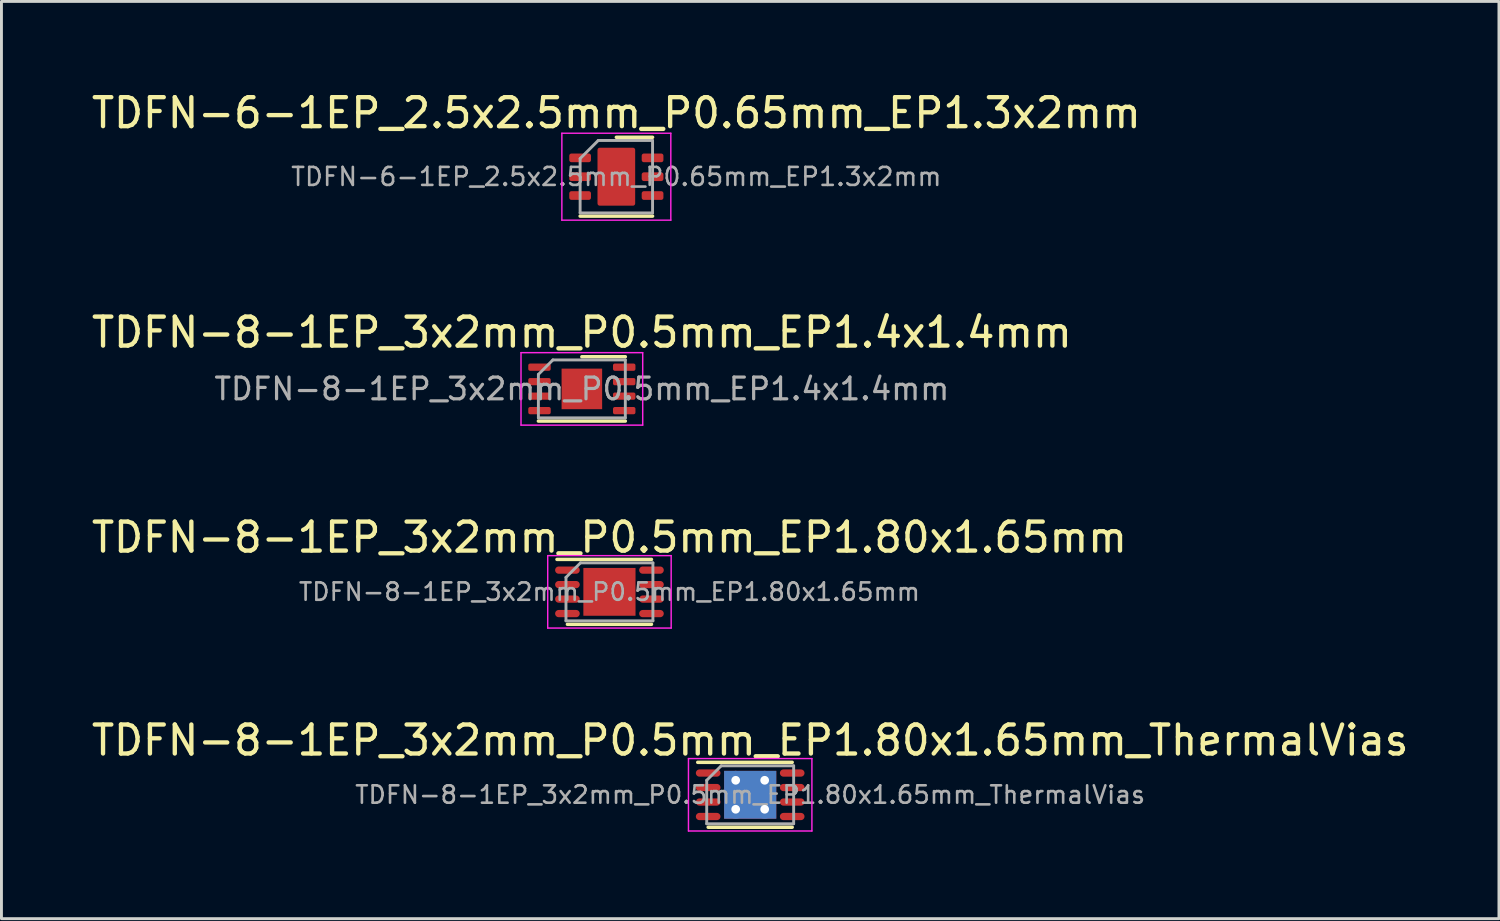
<source format=kicad_pcb>
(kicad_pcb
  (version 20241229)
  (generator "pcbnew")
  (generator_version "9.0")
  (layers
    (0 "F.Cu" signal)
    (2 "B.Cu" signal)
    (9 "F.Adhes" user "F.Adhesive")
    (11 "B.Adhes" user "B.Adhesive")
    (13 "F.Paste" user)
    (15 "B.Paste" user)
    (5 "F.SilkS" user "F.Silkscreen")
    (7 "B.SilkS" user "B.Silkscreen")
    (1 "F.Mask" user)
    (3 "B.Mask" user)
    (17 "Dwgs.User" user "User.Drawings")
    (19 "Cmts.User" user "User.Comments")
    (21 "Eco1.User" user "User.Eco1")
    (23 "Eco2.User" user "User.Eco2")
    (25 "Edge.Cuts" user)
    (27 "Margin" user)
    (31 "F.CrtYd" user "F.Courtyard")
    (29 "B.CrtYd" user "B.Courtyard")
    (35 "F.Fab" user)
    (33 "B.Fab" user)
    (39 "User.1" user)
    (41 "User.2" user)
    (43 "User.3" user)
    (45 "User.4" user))
  (footprint "TDFN-8-1EP_3x2mm_P0.5mm_EP1.80x1.65mm_ThermalVias"
    (layer "F.Cu")
    (at 22.839 24.378)
    (property "Reference" "TDFN-8-1EP_3x2mm_P0.5mm_EP1.80x1.65mm_ThermalVias" (at 0 -1.88 0) (layer "F.SilkS") (effects (font (size 1 1) (thickness 0.15))))
    (attr smd)
    (fp_line (start -1.81 -1.12) (end 1.45 -1.12) (stroke (width 0.12) (type solid)) (layer "F.SilkS"))
    (fp_line (start -1.45 1.12) (end 1.45 1.12) (stroke (width 0.12) (type solid)) (layer "F.SilkS"))
    (fp_line (start -2.13 -1.25) (end -2.13 1.25) (stroke (width 0.05) (type solid)) (layer "F.CrtYd"))
    (fp_line (start -2.13 1.25) (end 2.13 1.25) (stroke (width 0.05) (type solid)) (layer "F.CrtYd"))
    (fp_line (start 2.13 -1.25) (end -2.13 -1.25) (stroke (width 0.05) (type solid)) (layer "F.CrtYd"))
    (fp_line (start 2.13 1.25) (end 2.13 -1.25) (stroke (width 0.05) (type solid)) (layer "F.CrtYd"))
    (fp_line (start -1.5 -0.5) (end -1.5 1) (stroke (width 0.1) (type solid)) (layer "F.Fab"))
    (fp_line (start -1.5 1) (end 1.5 1) (stroke (width 0.1) (type solid)) (layer "F.Fab"))
    (fp_line (start -1 -1) (end -1.5 -0.5) (stroke (width 0.1) (type solid)) (layer "F.Fab"))
    (fp_line (start 1.5 -1) (end -1 -1) (stroke (width 0.1) (type solid)) (layer "F.Fab"))
    (fp_line (start 1.5 1) (end 1.5 -1) (stroke (width 0.1) (type solid)) (layer "F.Fab"))
    (fp_text user "${REFERENCE}" (at 0 0 0) (layer "F.Fab") (effects (font (size 0.6 0.6) (thickness 0.09))))
    (pad "" smd rect (at 0 -0.5) (size 0.7 0.65) (layers "F.Paste"))
    (pad "" smd rect (at 0 0) (size 1.8 0.7) (layers "F.Paste"))
    (pad "" smd rect (at 0 0.5) (size 0.7 0.65) (layers "F.Paste"))
    (pad "1" smd oval (at -1.45 -0.75) (size 0.85 0.25) (layers "F.Cu" "F.Mask" "F.Paste"))
    (pad "2" smd oval (at -1.45 -0.25) (size 0.85 0.25) (layers "F.Cu" "F.Mask" "F.Paste"))
    (pad "3" smd oval (at -1.45 0.25) (size 0.85 0.25) (layers "F.Cu" "F.Mask" "F.Paste"))
    (pad "4" smd oval (at -1.45 0.75) (size 0.85 0.25) (layers "F.Cu" "F.Mask" "F.Paste"))
    (pad "5" smd oval (at 1.45 0.75) (size 0.85 0.25) (layers "F.Cu" "F.Mask" "F.Paste"))
    (pad "6" smd oval (at 1.45 0.25) (size 0.85 0.25) (layers "F.Cu" "F.Mask" "F.Paste"))
    (pad "7" smd oval (at 1.45 -0.25) (size 0.85 0.25) (layers "F.Cu" "F.Mask" "F.Paste"))
    (pad "8" smd oval (at 1.45 -0.75) (size 0.85 0.25) (layers "F.Cu" "F.Mask" "F.Paste"))
    (pad "9" thru_hole circle (at -0.5 -0.5) (size 0.65 0.65) (drill 0.3) (layers "*.Cu"))
    (pad "9" thru_hole circle (at -0.5 0.5) (size 0.65 0.65) (drill 0.3) (layers "*.Cu"))
    (pad "9" smd rect (at 0 0) (size 1.8 1.65) (layers "F.Cu" "F.Mask"))
    (pad "9" smd rect (at 0 0) (size 1.8 1.65) (layers "B.Cu"))
    (pad "9" thru_hole circle (at 0.5 -0.5) (size 0.65 0.65) (drill 0.3) (layers "*.Cu"))
    (pad "9" thru_hole circle (at 0.5 0.5) (size 0.65 0.65) (drill 0.3) (layers "*.Cu")))
  (footprint "TDFN-8-1EP_3x2mm_P0.5mm_EP1.80x1.65mm"
    (layer "F.Cu")
    (at 17.982 17.375)
    (property "Reference" "TDFN-8-1EP_3x2mm_P0.5mm_EP1.80x1.65mm" (at 0 -1.88 0) (layer "F.SilkS") (effects (font (size 1 1) (thickness 0.15))))
    (attr smd)
    (fp_line (start -1.81 -1.12) (end 1.45 -1.12) (stroke (width 0.12) (type solid)) (layer "F.SilkS"))
    (fp_line (start -1.45 1.12) (end 1.45 1.12) (stroke (width 0.12) (type solid)) (layer "F.SilkS"))
    (fp_line (start -2.13 -1.25) (end -2.13 1.25) (stroke (width 0.05) (type solid)) (layer "F.CrtYd"))
    (fp_line (start -2.13 1.25) (end 2.13 1.25) (stroke (width 0.05) (type solid)) (layer "F.CrtYd"))
    (fp_line (start 2.13 -1.25) (end -2.13 -1.25) (stroke (width 0.05) (type solid)) (layer "F.CrtYd"))
    (fp_line (start 2.13 1.25) (end 2.13 -1.25) (stroke (width 0.05) (type solid)) (layer "F.CrtYd"))
    (fp_line (start -1.5 -0.5) (end -1.5 1) (stroke (width 0.1) (type solid)) (layer "F.Fab"))
    (fp_line (start -1.5 1) (end 1.5 1) (stroke (width 0.1) (type solid)) (layer "F.Fab"))
    (fp_line (start -1 -1) (end -1.5 -0.5) (stroke (width 0.1) (type solid)) (layer "F.Fab"))
    (fp_line (start 1.5 -1) (end -1 -1) (stroke (width 0.1) (type solid)) (layer "F.Fab"))
    (fp_line (start 1.5 1) (end 1.5 -1) (stroke (width 0.1) (type solid)) (layer "F.Fab"))
    (fp_text user "${REFERENCE}" (at 0 0 0) (layer "F.Fab") (effects (font (size 0.6 0.6) (thickness 0.09))))
    (pad "" smd rect (at 0 -0.5) (size 0.7 0.65) (layers "F.Paste"))
    (pad "" smd rect (at 0 0) (size 1.8 0.7) (layers "F.Paste"))
    (pad "" smd rect (at 0 0.5) (size 0.7 0.65) (layers "F.Paste"))
    (pad "1" smd oval (at -1.45 -0.75) (size 0.85 0.25) (layers "F.Cu" "F.Mask" "F.Paste"))
    (pad "2" smd oval (at -1.45 -0.25) (size 0.85 0.25) (layers "F.Cu" "F.Mask" "F.Paste"))
    (pad "3" smd oval (at -1.45 0.25) (size 0.85 0.25) (layers "F.Cu" "F.Mask" "F.Paste"))
    (pad "4" smd oval (at -1.45 0.75) (size 0.85 0.25) (layers "F.Cu" "F.Mask" "F.Paste"))
    (pad "5" smd oval (at 1.45 0.75) (size 0.85 0.25) (layers "F.Cu" "F.Mask" "F.Paste"))
    (pad "6" smd oval (at 1.45 0.25) (size 0.85 0.25) (layers "F.Cu" "F.Mask" "F.Paste"))
    (pad "7" smd oval (at 1.45 -0.25) (size 0.85 0.25) (layers "F.Cu" "F.Mask" "F.Paste"))
    (pad "8" smd oval (at 1.45 -0.75) (size 0.85 0.25) (layers "F.Cu" "F.Mask" "F.Paste"))
    (pad "9" smd rect (at 0 0) (size 1.8 1.65) (layers "F.Cu" "F.Mask")))
  (footprint "TDFN-6-1EP_2.5x2.5mm_P0.65mm_EP1.3x2mm"
    (layer "F.Cu")
    (at 18.22 3.048)
    (property "Reference" "TDFN-6-1EP_2.5x2.5mm_P0.65mm_EP1.3x2mm" (at 0 -2.2 0) (layer "F.SilkS") (effects (font (size 1 1) (thickness 0.15))))
    (attr smd)
    (fp_line (start -1.25 1.36) (end 1.25 1.36) (stroke (width 0.12) (type solid)) (layer "F.SilkS"))
    (fp_line (start 0 -1.36) (end 1.25 -1.36) (stroke (width 0.12) (type solid)) (layer "F.SilkS"))
    (fp_line (start -1.88 -1.5) (end -1.88 1.5) (stroke (width 0.05) (type solid)) (layer "F.CrtYd"))
    (fp_line (start -1.88 1.5) (end 1.88 1.5) (stroke (width 0.05) (type solid)) (layer "F.CrtYd"))
    (fp_line (start 1.88 -1.5) (end -1.88 -1.5) (stroke (width 0.05) (type solid)) (layer "F.CrtYd"))
    (fp_line (start 1.88 1.5) (end 1.88 -1.5) (stroke (width 0.05) (type solid)) (layer "F.CrtYd"))
    (fp_line (start -1.25 -0.625) (end -0.625 -1.25) (stroke (width 0.1) (type solid)) (layer "F.Fab"))
    (fp_line (start -1.25 1.25) (end -1.25 -0.625) (stroke (width 0.1) (type solid)) (layer "F.Fab"))
    (fp_line (start -0.625 -1.25) (end 1.25 -1.25) (stroke (width 0.1) (type solid)) (layer "F.Fab"))
    (fp_line (start 1.25 -1.25) (end 1.25 1.25) (stroke (width 0.1) (type solid)) (layer "F.Fab"))
    (fp_line (start 1.25 1.25) (end -1.25 1.25) (stroke (width 0.1) (type solid)) (layer "F.Fab"))
    (fp_text user "${REFERENCE}" (at 0 0 0) (layer "F.Fab") (effects (font (size 0.62 0.62) (thickness 0.09))))
    (pad "" smd roundrect (at -0.325 -0.5) (size 0.52 0.81) (layers "F.Paste") (roundrect_rratio 0.25))
    (pad "" smd roundrect (at -0.325 0.5) (size 0.52 0.81) (layers "F.Paste") (roundrect_rratio 0.25))
    (pad "" smd roundrect (at 0.325 -0.5) (size 0.52 0.81) (layers "F.Paste") (roundrect_rratio 0.25))
    (pad "" smd roundrect (at 0.325 0.5) (size 0.52 0.81) (layers "F.Paste") (roundrect_rratio 0.25))
    (pad "1" smd roundrect (at -1.25 -0.65) (size 0.75 0.3) (layers "F.Cu" "F.Mask" "F.Paste") (roundrect_rratio 0.25))
    (pad "2" smd roundrect (at -1.25 0) (size 0.75 0.3) (layers "F.Cu" "F.Mask" "F.Paste") (roundrect_rratio 0.25))
    (pad "3" smd roundrect (at -1.25 0.65) (size 0.75 0.3) (layers "F.Cu" "F.Mask" "F.Paste") (roundrect_rratio 0.25))
    (pad "4" smd roundrect (at 1.25 0.65) (size 0.75 0.3) (layers "F.Cu" "F.Mask" "F.Paste") (roundrect_rratio 0.25))
    (pad "5" smd roundrect (at 1.25 0) (size 0.75 0.3) (layers "F.Cu" "F.Mask" "F.Paste") (roundrect_rratio 0.25))
    (pad "6" smd roundrect (at 1.25 -0.65) (size 0.75 0.3) (layers "F.Cu" "F.Mask" "F.Paste") (roundrect_rratio 0.25))
    (pad "7" smd roundrect (at 0 0) (size 1.3 2) (layers "F.Cu" "F.Mask") (roundrect_rratio 0.058)))
  (footprint "TDFN-8-1EP_3x2mm_P0.5mm_EP1.4x1.4mm"
    (layer "F.Cu")
    (at 17.03 10.371)
    (property "Reference" "TDFN-8-1EP_3x2mm_P0.5mm_EP1.4x1.4mm" (at 0 -1.95 0) (layer "F.SilkS") (effects (font (size 1 1) (thickness 0.15))))
    (attr smd)
    (fp_line (start -1.5 1.11) (end 1.5 1.11) (stroke (width 0.12) (type solid)) (layer "F.SilkS"))
    (fp_line (start 0 -1.11) (end 1.5 -1.11) (stroke (width 0.12) (type solid)) (layer "F.SilkS"))
    (fp_line (start -2.1 -1.25) (end -2.1 1.25) (stroke (width 0.05) (type solid)) (layer "F.CrtYd"))
    (fp_line (start -2.1 1.25) (end 2.1 1.25) (stroke (width 0.05) (type solid)) (layer "F.CrtYd"))
    (fp_line (start 2.1 -1.25) (end -2.1 -1.25) (stroke (width 0.05) (type solid)) (layer "F.CrtYd"))
    (fp_line (start 2.1 1.25) (end 2.1 -1.25) (stroke (width 0.05) (type solid)) (layer "F.CrtYd"))
    (fp_line (start -1.5 -0.5) (end -1 -1) (stroke (width 0.1) (type solid)) (layer "F.Fab"))
    (fp_line (start -1.5 1) (end -1.5 -0.5) (stroke (width 0.1) (type solid)) (layer "F.Fab"))
    (fp_line (start -1 -1) (end 1.5 -1) (stroke (width 0.1) (type solid)) (layer "F.Fab"))
    (fp_line (start 1.5 -1) (end 1.5 1) (stroke (width 0.1) (type solid)) (layer "F.Fab"))
    (fp_line (start 1.5 1) (end -1.5 1) (stroke (width 0.1) (type solid)) (layer "F.Fab"))
    (fp_text user "${REFERENCE}" (at 0 0 0) (layer "F.Fab") (effects (font (size 0.75 0.75) (thickness 0.11))))
    (pad "" smd roundrect (at -0.35 -0.35) (size 0.56 0.56) (layers "F.Paste") (roundrect_rratio 0.25))
    (pad "" smd roundrect (at -0.35 0.35) (size 0.56 0.56) (layers "F.Paste") (roundrect_rratio 0.25))
    (pad "" smd roundrect (at 0.35 -0.35) (size 0.56 0.56) (layers "F.Paste") (roundrect_rratio 0.25))
    (pad "" smd roundrect (at 0.35 0.35) (size 0.56 0.56) (layers "F.Paste") (roundrect_rratio 0.25))
    (pad "1" smd roundrect (at -1.462 -0.75) (size 0.775 0.25) (layers "F.Cu" "F.Mask" "F.Paste") (roundrect_rratio 0.25))
    (pad "2" smd roundrect (at -1.462 -0.25) (size 0.775 0.25) (layers "F.Cu" "F.Mask" "F.Paste") (roundrect_rratio 0.25))
    (pad "3" smd roundrect (at -1.462 0.25) (size 0.775 0.25) (layers "F.Cu" "F.Mask" "F.Paste") (roundrect_rratio 0.25))
    (pad "4" smd roundrect (at -1.462 0.75) (size 0.775 0.25) (layers "F.Cu" "F.Mask" "F.Paste") (roundrect_rratio 0.25))
    (pad "5" smd roundrect (at 1.462 0.75) (size 0.775 0.25) (layers "F.Cu" "F.Mask" "F.Paste") (roundrect_rratio 0.25))
    (pad "6" smd roundrect (at 1.462 0.25) (size 0.775 0.25) (layers "F.Cu" "F.Mask" "F.Paste") (roundrect_rratio 0.25))
    (pad "7" smd roundrect (at 1.462 -0.25) (size 0.775 0.25) (layers "F.Cu" "F.Mask" "F.Paste") (roundrect_rratio 0.25))
    (pad "8" smd roundrect (at 1.462 -0.75) (size 0.775 0.25) (layers "F.Cu" "F.Mask" "F.Paste") (roundrect_rratio 0.25))
    (pad "9" smd rect (at 0 0) (size 1.4 1.4) (layers "F.Cu" "F.Mask")))
  (gr_rect
    (start -3 -3)
    (end 48.679 28.653)
    (stroke (width 0.1) (type default))
    (fill no)
    (layer "Edge.Cuts")))
</source>
